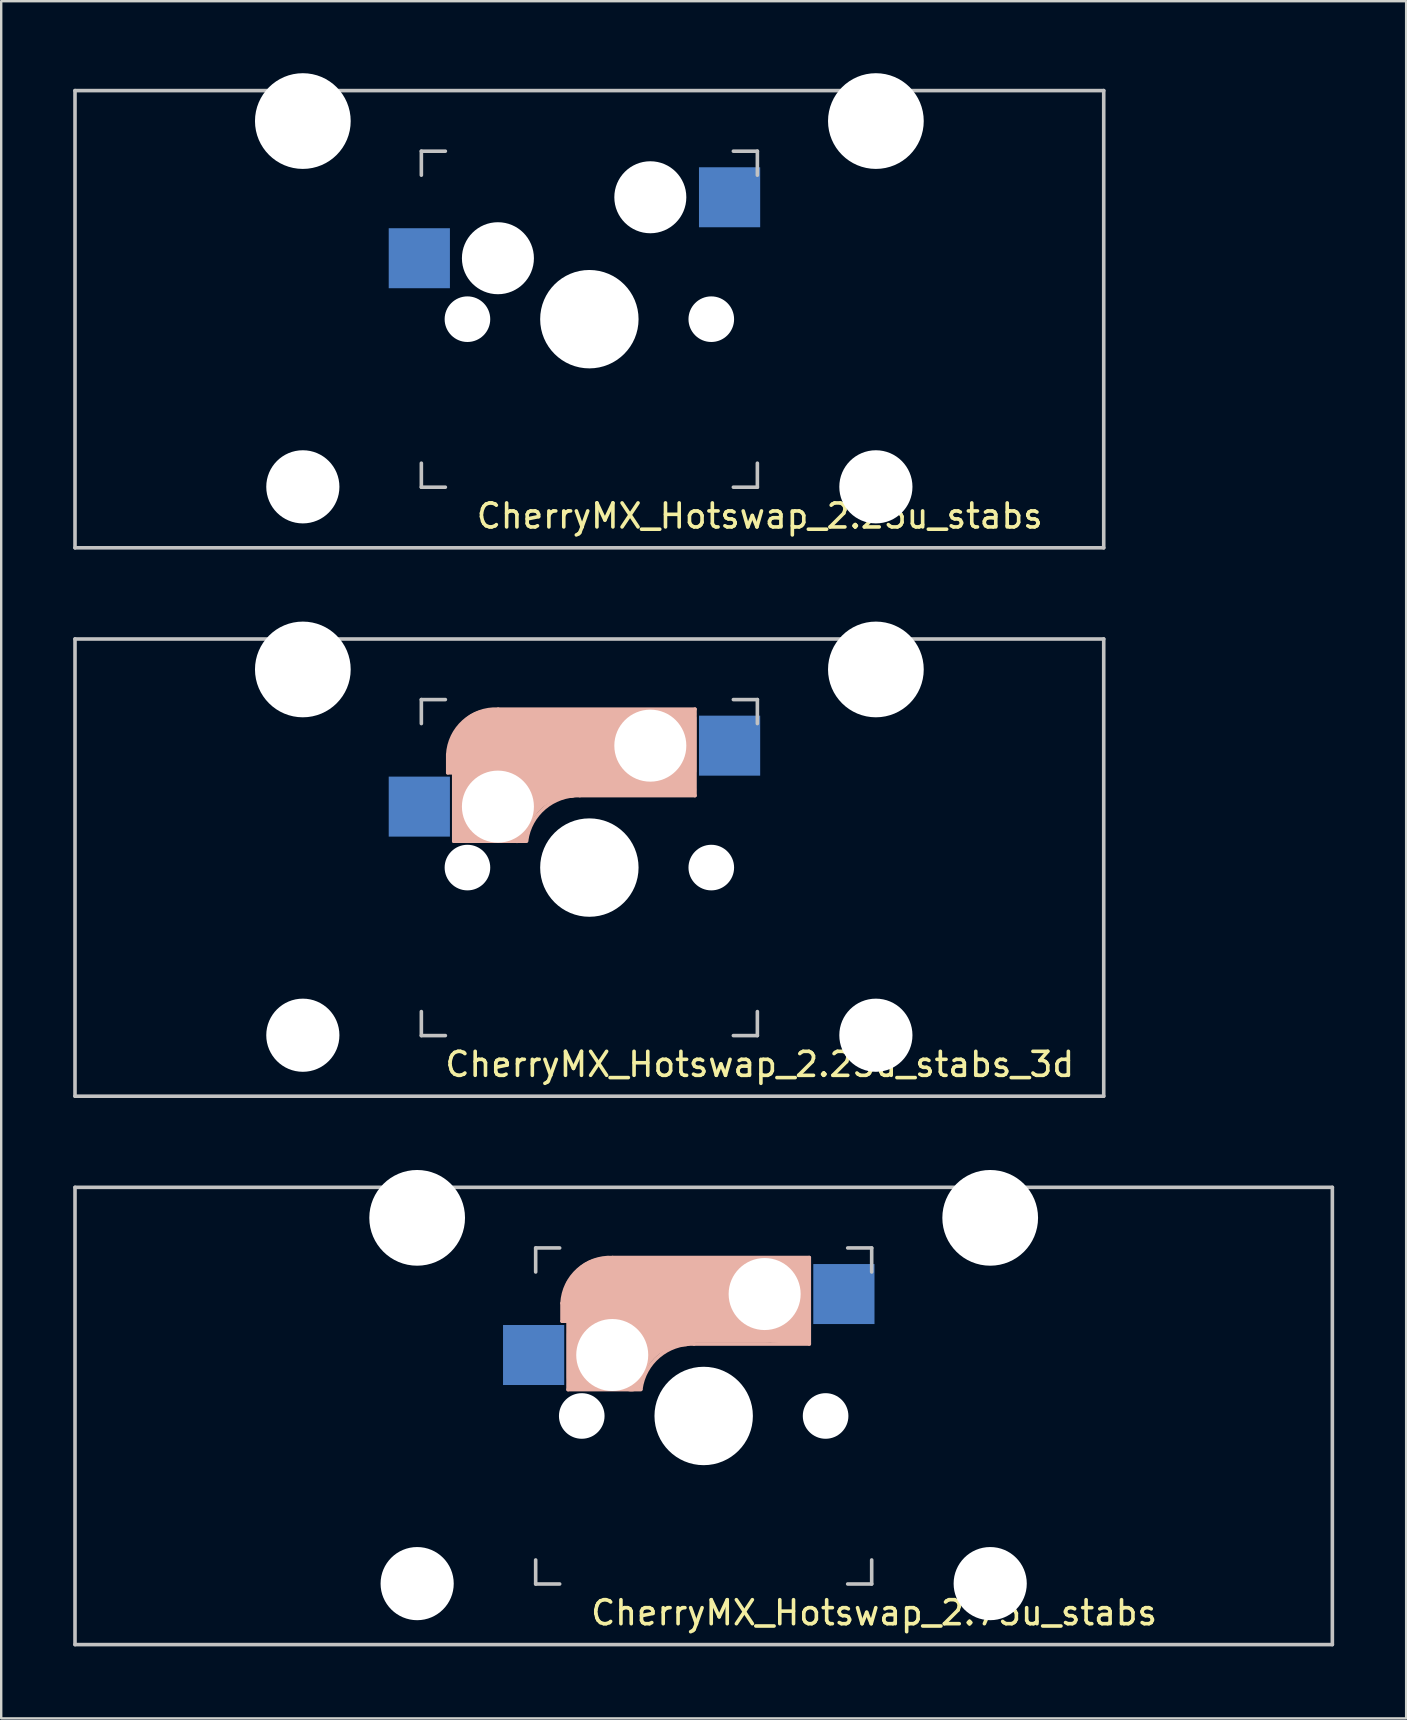
<source format=kicad_pcb>
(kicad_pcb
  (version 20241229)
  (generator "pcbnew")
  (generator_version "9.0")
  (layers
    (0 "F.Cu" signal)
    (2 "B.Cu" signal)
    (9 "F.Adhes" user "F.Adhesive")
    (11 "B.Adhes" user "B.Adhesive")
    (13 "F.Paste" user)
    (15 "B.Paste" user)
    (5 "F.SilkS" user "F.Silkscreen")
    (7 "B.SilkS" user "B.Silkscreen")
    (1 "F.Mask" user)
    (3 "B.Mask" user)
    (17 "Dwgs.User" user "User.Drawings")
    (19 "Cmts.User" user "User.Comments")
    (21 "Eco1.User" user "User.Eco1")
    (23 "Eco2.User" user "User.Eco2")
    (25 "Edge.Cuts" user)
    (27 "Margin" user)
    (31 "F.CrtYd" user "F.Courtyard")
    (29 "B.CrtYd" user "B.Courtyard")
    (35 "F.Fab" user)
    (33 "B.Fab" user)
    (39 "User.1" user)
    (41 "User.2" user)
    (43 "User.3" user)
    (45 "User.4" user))
  (footprint "CherryMX_Hotswap_2.25u_stabs"
    (layer "F.Cu")
    (at 21.506 10.249)
    (property "Reference" "CherryMX_Hotswap_2.25u_stabs" (at 7.1 8.2 0) (layer "F.SilkS") (effects (font (size 1 1) (thickness 0.15))))
    (fp_line (start -21.431 -9.525) (end 21.431 -9.525) (stroke (width 0.15) (type solid)) (layer "Dwgs.User"))
    (fp_line (start -21.431 9.525) (end -21.431 -9.525) (stroke (width 0.15) (type solid)) (layer "Dwgs.User"))
    (fp_line (start -7 -7) (end -6 -7) (stroke (width 0.15) (type solid)) (layer "Dwgs.User"))
    (fp_line (start -7 -6) (end -7 -7) (stroke (width 0.15) (type solid)) (layer "Dwgs.User"))
    (fp_line (start -7 6) (end -7 7) (stroke (width 0.15) (type solid)) (layer "Dwgs.User"))
    (fp_line (start -7 7) (end -6 7) (stroke (width 0.15) (type solid)) (layer "Dwgs.User"))
    (fp_line (start 6 7) (end 7 7) (stroke (width 0.15) (type solid)) (layer "Dwgs.User"))
    (fp_line (start 7 -7) (end 6 -7) (stroke (width 0.15) (type solid)) (layer "Dwgs.User"))
    (fp_line (start 7 -7) (end 7 -6) (stroke (width 0.15) (type solid)) (layer "Dwgs.User"))
    (fp_line (start 7 7) (end 7 6) (stroke (width 0.15) (type solid)) (layer "Dwgs.User"))
    (fp_line (start 21.431 -9.525) (end 21.431 9.525) (stroke (width 0.15) (type solid)) (layer "Dwgs.User"))
    (fp_line (start 21.431 9.525) (end -21.431 9.525) (stroke (width 0.15) (type solid)) (layer "Dwgs.User"))
    (pad "" np_thru_hole circle (at -11.938 -8.255) (size 3.988 3.988) (drill 3.988) (layers "*.Cu" "*.Mask"))
    (pad "" np_thru_hole circle (at -11.938 6.985) (size 3.048 3.048) (drill 3.048) (layers "*.Cu" "*.Mask"))
    (pad "" np_thru_hole circle (at -5.08 0) (size 1.9 1.9) (drill 1.9) (layers "*.Cu" "*.Mask"))
    (pad "" np_thru_hole circle (at -3.81 -2.54) (size 3 3) (drill 3) (layers "*.Cu" "*.Mask"))
    (pad "" np_thru_hole circle (at 0 0 90) (size 4.1 4.1) (drill 4.1) (layers "*.Cu" "*.Mask"))
    (pad "" np_thru_hole circle (at 2.54 -5.08) (size 3 3) (drill 3) (layers "*.Cu" "*.Mask"))
    (pad "" np_thru_hole circle (at 5.08 0) (size 1.9 1.9) (drill 1.9) (layers "*.Cu" "*.Mask"))
    (pad "" np_thru_hole circle (at 11.938 -8.255) (size 3.988 3.988) (drill 3.988) (layers "*.Cu" "*.Mask"))
    (pad "" np_thru_hole circle (at 11.938 6.985) (size 3.048 3.048) (drill 3.048) (layers "*.Cu" "*.Mask"))
    (pad "1" smd rect (at -7.085 -2.54 180) (size 2.55 2.5) (layers "B.Cu" "B.Mask" "B.Paste"))
    (pad "2" smd rect (at 5.842 -5.08 180) (size 2.55 2.5) (layers "B.Cu" "B.Mask" "B.Paste")))
  (footprint "CherryMX_Hotswap_2.25u_stabs_3d"
    (layer "F.Cu")
    (at 21.506 33.098)
    (property "Reference" "CherryMX_Hotswap_2.25u_stabs_3d" (at 7.1 8.2 0) (layer "F.SilkS") (effects (font (size 1 1) (thickness 0.15))))
    (fp_line (start -5.9 -4.7) (end -5.9 -3.95) (stroke (width 0.15) (type solid)) (layer "B.SilkS"))
    (fp_line (start -5.9 -3.95) (end -5.7 -3.95) (stroke (width 0.15) (type solid)) (layer "B.SilkS"))
    (fp_line (start -5.8 -4.05) (end -5.8 -4.7) (stroke (width 0.3) (type solid)) (layer "B.SilkS"))
    (fp_line (start -5.65 -5.55) (end -5.65 -1.1) (stroke (width 0.15) (type solid)) (layer "B.SilkS"))
    (fp_line (start -5.65 -1.1) (end -2.62 -1.1) (stroke (width 0.15) (type solid)) (layer "B.SilkS"))
    (fp_line (start -5.45 -1.3) (end -3 -1.3) (stroke (width 0.5) (type solid)) (layer "B.SilkS"))
    (fp_line (start -5.3 -1.6) (end -5.3 -3.4) (stroke (width 0.8) (type solid)) (layer "B.SilkS"))
    (fp_line (start -4.17 -5.1) (end -4.17 -2.86) (stroke (width 3) (type solid)) (layer "B.SilkS"))
    (fp_line (start -0.4 -3) (end 4.4 -3) (stroke (width 0.15) (type solid)) (layer "B.SilkS"))
    (fp_line (start 2.6 -4.8) (end -4.1 -4.8) (stroke (width 3.5) (type solid)) (layer "B.SilkS"))
    (fp_line (start 3.9 -6) (end 3.9 -3.5) (stroke (width 1) (type solid)) (layer "B.SilkS"))
    (fp_line (start 4.2 -3.25) (end 2.9 -3.3) (stroke (width 0.5) (type solid)) (layer "B.SilkS"))
    (fp_line (start 4.25 -6.4) (end 3 -6.4) (stroke (width 0.4) (type solid)) (layer "B.SilkS"))
    (fp_line (start 4.38 -4) (end 4.38 -6.25) (stroke (width 0.15) (type solid)) (layer "B.SilkS"))
    (fp_line (start 4.4 -6.6) (end -3.8 -6.6) (stroke (width 0.15) (type solid)) (layer "B.SilkS"))
    (fp_line (start 4.4 -3) (end 4.4 -6.6) (stroke (width 0.15) (type solid)) (layer "B.SilkS"))
    (fp_arc (start -5.9 -4.699999) (mid -5.243504 -6.084924) (end -3.800001 -6.6) (stroke (width 0.15) (type solid)) (layer "B.SilkS"))
    (fp_arc (start -3.016318 -1.521471) (mid -2.268709 -2.886118) (end -0.8 -3.4) (stroke (width 1) (type solid)) (layer "B.SilkS"))
    (fp_arc (start -2.616318 -1.121471) (mid -1.868709 -2.486118) (end -0.4 -3) (stroke (width 0.15) (type solid)) (layer "B.SilkS"))
    (fp_line (start -21.431 -9.525) (end 21.431 -9.525) (stroke (width 0.15) (type solid)) (layer "Dwgs.User"))
    (fp_line (start -21.431 9.525) (end -21.431 -9.525) (stroke (width 0.15) (type solid)) (layer "Dwgs.User"))
    (fp_line (start -7 -7) (end -6 -7) (stroke (width 0.15) (type solid)) (layer "Dwgs.User"))
    (fp_line (start -7 -6) (end -7 -7) (stroke (width 0.15) (type solid)) (layer "Dwgs.User"))
    (fp_line (start -7 6) (end -7 7) (stroke (width 0.15) (type solid)) (layer "Dwgs.User"))
    (fp_line (start -7 7) (end -6 7) (stroke (width 0.15) (type solid)) (layer "Dwgs.User"))
    (fp_line (start 6 7) (end 7 7) (stroke (width 0.15) (type solid)) (layer "Dwgs.User"))
    (fp_line (start 7 -7) (end 6 -7) (stroke (width 0.15) (type solid)) (layer "Dwgs.User"))
    (fp_line (start 7 -7) (end 7 -6) (stroke (width 0.15) (type solid)) (layer "Dwgs.User"))
    (fp_line (start 7 7) (end 7 6) (stroke (width 0.15) (type solid)) (layer "Dwgs.User"))
    (fp_line (start 21.431 -9.525) (end 21.431 9.525) (stroke (width 0.15) (type solid)) (layer "Dwgs.User"))
    (fp_line (start 21.431 9.525) (end -21.431 9.525) (stroke (width 0.15) (type solid)) (layer "Dwgs.User"))
    (pad "" np_thru_hole circle (at -11.938 -8.255) (size 3.988 3.988) (drill 3.988) (layers "*.Cu" "*.Mask"))
    (pad "" np_thru_hole circle (at -11.938 6.985) (size 3.048 3.048) (drill 3.048) (layers "*.Cu" "*.Mask"))
    (pad "" np_thru_hole circle (at -5.08 0) (size 1.9 1.9) (drill 1.9) (layers "*.Cu" "*.Mask"))
    (pad "" np_thru_hole circle (at -3.81 -2.54) (size 3 3) (drill 3) (layers "*.Cu" "*.Mask"))
    (pad "" np_thru_hole circle (at 0 0 90) (size 4.1 4.1) (drill 4.1) (layers "*.Cu" "*.Mask"))
    (pad "" np_thru_hole circle (at 2.54 -5.08) (size 3 3) (drill 3) (layers "*.Cu" "*.Mask"))
    (pad "" np_thru_hole circle (at 5.08 0) (size 1.9 1.9) (drill 1.9) (layers "*.Cu" "*.Mask"))
    (pad "" np_thru_hole circle (at 11.938 -8.255) (size 3.988 3.988) (drill 3.988) (layers "*.Cu" "*.Mask"))
    (pad "" np_thru_hole circle (at 11.938 6.985) (size 3.048 3.048) (drill 3.048) (layers "*.Cu" "*.Mask"))
    (pad "1" smd rect (at -7.085 -2.54 180) (size 2.55 2.5) (layers "B.Cu" "B.Mask" "B.Paste"))
    (pad "2" smd rect (at 5.842 -5.08 180) (size 2.55 2.5) (layers "B.Cu" "B.Mask" "B.Paste")))
  (footprint "CherryMX_Hotswap_2.75u_stabs"
    (layer "F.Cu")
    (at 26.269 55.947)
    (property "Reference" "CherryMX_Hotswap_2.75u_stabs" (at 7.1 8.2 0) (layer "F.SilkS") (effects (font (size 1 1) (thickness 0.15))))
    (fp_line (start -5.9 -4.7) (end -5.9 -3.95) (stroke (width 0.15) (type solid)) (layer "B.SilkS"))
    (fp_line (start -5.9 -3.95) (end -5.7 -3.95) (stroke (width 0.15) (type solid)) (layer "B.SilkS"))
    (fp_line (start -5.8 -4.05) (end -5.8 -4.7) (stroke (width 0.3) (type solid)) (layer "B.SilkS"))
    (fp_line (start -5.65 -5.55) (end -5.65 -1.1) (stroke (width 0.15) (type solid)) (layer "B.SilkS"))
    (fp_line (start -5.65 -1.1) (end -2.62 -1.1) (stroke (width 0.15) (type solid)) (layer "B.SilkS"))
    (fp_line (start -5.45 -1.3) (end -3 -1.3) (stroke (width 0.5) (type solid)) (layer "B.SilkS"))
    (fp_line (start -5.3 -1.6) (end -5.3 -3.4) (stroke (width 0.8) (type solid)) (layer "B.SilkS"))
    (fp_line (start -4.17 -5.1) (end -4.17 -2.86) (stroke (width 3) (type solid)) (layer "B.SilkS"))
    (fp_line (start -0.4 -3) (end 4.4 -3) (stroke (width 0.15) (type solid)) (layer "B.SilkS"))
    (fp_line (start 2.6 -4.8) (end -4.1 -4.8) (stroke (width 3.5) (type solid)) (layer "B.SilkS"))
    (fp_line (start 3.9 -6) (end 3.9 -3.5) (stroke (width 1) (type solid)) (layer "B.SilkS"))
    (fp_line (start 4.2 -3.25) (end 2.9 -3.3) (stroke (width 0.5) (type solid)) (layer "B.SilkS"))
    (fp_line (start 4.25 -6.4) (end 3 -6.4) (stroke (width 0.4) (type solid)) (layer "B.SilkS"))
    (fp_line (start 4.38 -4) (end 4.38 -6.25) (stroke (width 0.15) (type solid)) (layer "B.SilkS"))
    (fp_line (start 4.4 -6.6) (end -3.8 -6.6) (stroke (width 0.15) (type solid)) (layer "B.SilkS"))
    (fp_line (start 4.4 -3) (end 4.4 -6.6) (stroke (width 0.15) (type solid)) (layer "B.SilkS"))
    (fp_arc (start -5.9 -4.699999) (mid -5.243504 -6.084924) (end -3.800001 -6.6) (stroke (width 0.15) (type solid)) (layer "B.SilkS"))
    (fp_arc (start -3.016318 -1.521471) (mid -2.268709 -2.886118) (end -0.8 -3.4) (stroke (width 1) (type solid)) (layer "B.SilkS"))
    (fp_arc (start -2.616318 -1.121471) (mid -1.868709 -2.486118) (end -0.4 -3) (stroke (width 0.15) (type solid)) (layer "B.SilkS"))
    (fp_line (start -26.194 -9.525) (end 26.194 -9.525) (stroke (width 0.15) (type solid)) (layer "Dwgs.User"))
    (fp_line (start -26.194 9.525) (end -26.194 -9.525) (stroke (width 0.15) (type solid)) (layer "Dwgs.User"))
    (fp_line (start -7 -7) (end -6 -7) (stroke (width 0.15) (type solid)) (layer "Dwgs.User"))
    (fp_line (start -7 -6) (end -7 -7) (stroke (width 0.15) (type solid)) (layer "Dwgs.User"))
    (fp_line (start -7 6) (end -7 7) (stroke (width 0.15) (type solid)) (layer "Dwgs.User"))
    (fp_line (start -7 7) (end -6 7) (stroke (width 0.15) (type solid)) (layer "Dwgs.User"))
    (fp_line (start 6 7) (end 7 7) (stroke (width 0.15) (type solid)) (layer "Dwgs.User"))
    (fp_line (start 7 -7) (end 6 -7) (stroke (width 0.15) (type solid)) (layer "Dwgs.User"))
    (fp_line (start 7 -7) (end 7 -6) (stroke (width 0.15) (type solid)) (layer "Dwgs.User"))
    (fp_line (start 7 7) (end 7 6) (stroke (width 0.15) (type solid)) (layer "Dwgs.User"))
    (fp_line (start 26.194 -9.525) (end 26.194 9.525) (stroke (width 0.15) (type solid)) (layer "Dwgs.User"))
    (fp_line (start 26.194 9.525) (end -26.194 9.525) (stroke (width 0.15) (type solid)) (layer "Dwgs.User"))
    (pad "" np_thru_hole circle (at -11.938 -8.255) (size 3.988 3.988) (drill 3.988) (layers "*.Cu" "*.Mask"))
    (pad "" np_thru_hole circle (at -11.938 6.985) (size 3.048 3.048) (drill 3.048) (layers "*.Cu" "*.Mask"))
    (pad "" np_thru_hole circle (at -5.08 0) (size 1.9 1.9) (drill 1.9) (layers "*.Cu" "*.Mask"))
    (pad "" np_thru_hole circle (at -3.81 -2.54) (size 3 3) (drill 3) (layers "*.Cu" "*.Mask"))
    (pad "" np_thru_hole circle (at 0 0 90) (size 4.1 4.1) (drill 4.1) (layers "*.Cu" "*.Mask"))
    (pad "" np_thru_hole circle (at 2.54 -5.08) (size 3 3) (drill 3) (layers "*.Cu" "*.Mask"))
    (pad "" np_thru_hole circle (at 5.08 0) (size 1.9 1.9) (drill 1.9) (layers "*.Cu" "*.Mask"))
    (pad "" np_thru_hole circle (at 11.938 -8.255) (size 3.988 3.988) (drill 3.988) (layers "*.Cu" "*.Mask"))
    (pad "" np_thru_hole circle (at 11.938 6.985) (size 3.048 3.048) (drill 3.048) (layers "*.Cu" "*.Mask"))
    (pad "1" smd rect (at -7.085 -2.54 180) (size 2.55 2.5) (layers "B.Cu" "B.Mask" "B.Paste"))
    (pad "2" smd rect (at 5.842 -5.08 180) (size 2.55 2.5) (layers "B.Cu" "B.Mask" "B.Paste")))
  (gr_rect
    (start -3 -3)
    (end 55.538 68.547)
    (stroke (width 0.1) (type default))
    (fill no)
    (layer "Edge.Cuts")))
</source>
